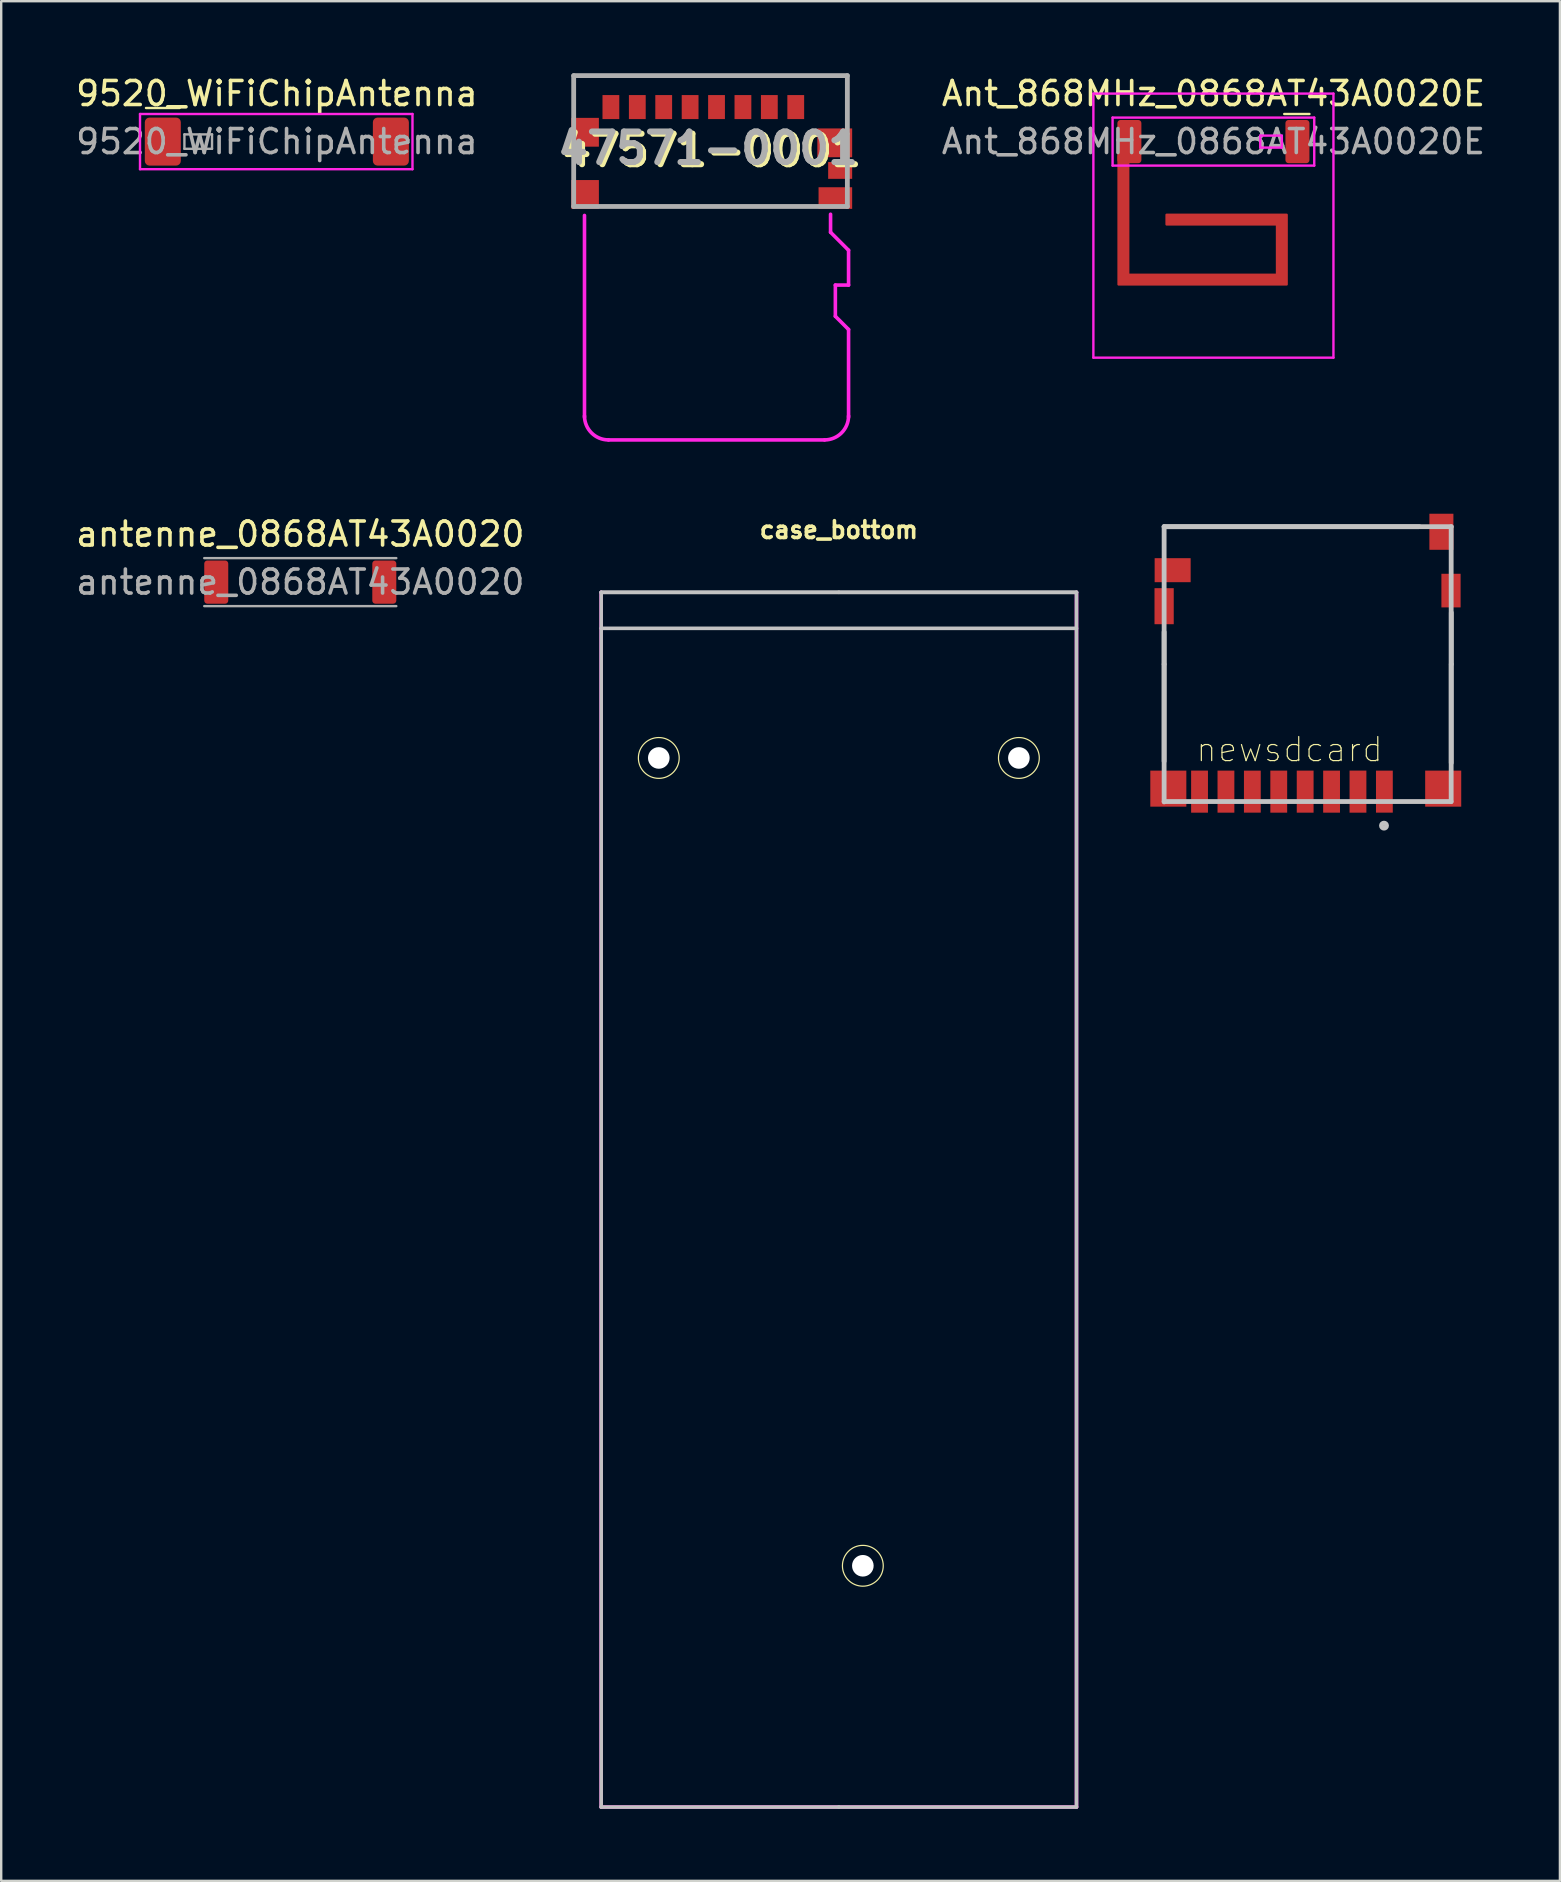
<source format=kicad_pcb>
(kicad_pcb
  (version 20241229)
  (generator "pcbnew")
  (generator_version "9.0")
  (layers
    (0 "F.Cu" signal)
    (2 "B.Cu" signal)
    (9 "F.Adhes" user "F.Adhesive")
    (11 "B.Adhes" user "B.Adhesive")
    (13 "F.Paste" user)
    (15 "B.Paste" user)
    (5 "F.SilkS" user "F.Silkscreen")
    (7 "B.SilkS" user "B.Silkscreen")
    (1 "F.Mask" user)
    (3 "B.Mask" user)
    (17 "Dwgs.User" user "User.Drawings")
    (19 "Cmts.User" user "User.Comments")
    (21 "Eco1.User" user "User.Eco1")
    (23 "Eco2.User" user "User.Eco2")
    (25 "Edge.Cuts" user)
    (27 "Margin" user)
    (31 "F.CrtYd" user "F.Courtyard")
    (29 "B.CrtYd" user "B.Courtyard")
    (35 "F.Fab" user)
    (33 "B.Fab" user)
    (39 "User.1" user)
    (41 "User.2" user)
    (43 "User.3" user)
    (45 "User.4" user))
  (footprint "47571-0001"
    (layer "F.Cu")
    (at 26.547 2.825)
    (property "Reference" "47571-0001" (at 0.03 0.39 0) (layer "F.SilkS") (effects (font (size 1.27 1.27) (thickness 0.254))))
    (attr smd)
    (fp_line (start -5.7 -2.725) (end -5.7 -1.525) (stroke (width 0.1) (type solid)) (layer "F.SilkS"))
    (fp_line (start -5.7 -2.725) (end 5.7 -2.725) (stroke (width 0.1) (type solid)) (layer "F.SilkS"))
    (fp_line (start 3.9 2.725) (end -4.1 2.725) (stroke (width 0.1) (type solid)) (layer "F.SilkS"))
    (fp_line (start 5.7 -2.725) (end 5.7 -1.125) (stroke (width 0.1) (type solid)) (layer "F.SilkS"))
    (fp_line (start -5.25 11.5) (end -5.25 3.1) (stroke (width 0.15) (type solid)) (layer "F.CrtYd"))
    (fp_line (start 4.75 12.45) (end -4.25 12.45) (stroke (width 0.15) (type solid)) (layer "F.CrtYd"))
    (fp_line (start 5 3.8) (end 5 3.05) (stroke (width 0.15) (type solid)) (layer "F.CrtYd"))
    (fp_line (start 5.2 6) (end 5.2 7.3) (stroke (width 0.15) (type solid)) (layer "F.CrtYd"))
    (fp_line (start 5.2 7.3) (end 5.75 7.85) (stroke (width 0.15) (type solid)) (layer "F.CrtYd"))
    (fp_line (start 5.75 4.55) (end 5 3.8) (stroke (width 0.15) (type solid)) (layer "F.CrtYd"))
    (fp_line (start 5.75 6) (end 5.2 6) (stroke (width 0.15) (type solid)) (layer "F.CrtYd"))
    (fp_line (start 5.75 6) (end 5.75 4.55) (stroke (width 0.15) (type solid)) (layer "F.CrtYd"))
    (fp_line (start 5.75 7.85) (end 5.75 11.5) (stroke (width 0.15) (type solid)) (layer "F.CrtYd"))
    (fp_arc (start -4.25 12.45) (mid -4.957107 12.157107) (end -5.25 11.45) (stroke (width 0.15) (type solid)) (layer "F.CrtYd"))
    (fp_arc (start 5.75 11.45) (mid 5.457107 12.157107) (end 4.75 12.45) (stroke (width 0.15) (type solid)) (layer "F.CrtYd"))
    (fp_line (start -5.7 -2.725) (end 5.7 -2.725) (stroke (width 0.2) (type solid)) (layer "F.Fab"))
    (fp_line (start -5.7 2.725) (end -5.7 -2.725) (stroke (width 0.2) (type solid)) (layer "F.Fab"))
    (fp_line (start 5.7 -2.725) (end 5.7 2.725) (stroke (width 0.2) (type solid)) (layer "F.Fab"))
    (fp_line (start 5.7 2.725) (end -5.7 2.725) (stroke (width 0.2) (type solid)) (layer "F.Fab"))
    (fp_text user "${REFERENCE}" (at -0.1 0.3 0) (layer "F.Fab") (effects (font (size 1.27 1.27) (thickness 0.254))))
    (pad "1" smd rect (at 3.55 -1.415) (size 0.7 1) (layers "F.Cu" "F.Mask" "F.Paste"))
    (pad "2" smd rect (at 2.45 -1.415) (size 0.7 1) (layers "F.Cu" "F.Mask" "F.Paste"))
    (pad "3" smd rect (at 1.35 -1.415) (size 0.7 1) (layers "F.Cu" "F.Mask" "F.Paste"))
    (pad "4" smd rect (at 0.25 -1.415) (size 0.7 1) (layers "F.Cu" "F.Mask" "F.Paste"))
    (pad "5" smd rect (at -0.85 -1.415) (size 0.7 1) (layers "F.Cu" "F.Mask" "F.Paste"))
    (pad "6" smd rect (at -1.95 -1.415) (size 0.7 1) (layers "F.Cu" "F.Mask" "F.Paste"))
    (pad "7" smd rect (at -3.05 -1.415) (size 0.7 1) (layers "F.Cu" "F.Mask" "F.Paste"))
    (pad "8" smd rect (at -4.15 -1.415) (size 0.7 1) (layers "F.Cu" "F.Mask" "F.Paste"))
    (pad "9" smd rect (at -5.225 -0.365) (size 1.15 1.2) (layers "F.Cu" "F.Mask" "F.Paste"))
    (pad "10" smd rect (at -5.225 2.225) (size 1.15 1.2) (layers "F.Cu" "F.Mask" "F.Paste"))
    (pad "11" smd rect (at 5.175 0.075 90) (size 1.2 1.45) (layers "F.Cu" "F.Mask" "F.Paste"))
    (pad "12" smd rect (at 5.4 1.225 90) (size 0.7 1) (layers "F.Cu" "F.Mask" "F.Paste"))
    (pad "13" smd rect (at 5.2 2.375 90) (size 0.9 1.4) (layers "F.Cu" "F.Mask" "F.Paste")))
  (footprint "newsdcard"
    (layer "F.Cu")
    (at 45.442 18.888)
    (property "Reference" "newsdcard" (at 5.225 9.284 0) (layer "F.SilkS") (effects (font (size 1.002 1.002) (thickness 0.05))))
    (attr smd)
    (fp_line (start 0 0) (end 10.631 0) (stroke (width 0.2) (type solid)) (layer "Dwgs.User"))
    (fp_line (start 0 0) (end 11.963 0) (stroke (width 0.2) (type solid)) (layer "Dwgs.User"))
    (fp_line (start 0 5.729) (end 0 4.388) (stroke (width 0.2) (type solid)) (layer "Dwgs.User"))
    (fp_line (start 0 5.735) (end 0 9.771) (stroke (width 0.2) (type solid)) (layer "Dwgs.User"))
    (fp_line (start 0 11.466) (end 0 0) (stroke (width 0.2) (type solid)) (layer "Dwgs.User"))
    (fp_line (start 11.951 11.451) (end 0 11.451) (stroke (width 0.2) (type solid)) (layer "Dwgs.User"))
    (fp_line (start 11.957 0) (end 11.957 11.457) (stroke (width 0.2) (type solid)) (layer "Dwgs.User"))
    (fp_line (start 11.96 5.73) (end 11.96 9.841) (stroke (width 0.2) (type solid)) (layer "Dwgs.User"))
    (fp_line (start 11.963 5.731) (end 11.963 3.583) (stroke (width 0.2) (type solid)) (layer "Dwgs.User"))
    (fp_circle (center 9.159 12.455) (end 9.265 12.455) (stroke (width 0.2) (type solid)) (fill no) (layer "Dwgs.User"))
    (pad "1" smd rect (at 9.175 11.038 90) (size 1.75 0.7) (layers "F.Cu" "F.Mask" "F.Paste"))
    (pad "2" smd rect (at 8.075 11.038 90) (size 1.753 0.701) (layers "F.Cu" "F.Mask" "F.Paste"))
    (pad "3" smd rect (at 6.975 11.038 90) (size 1.752 0.701) (layers "F.Cu" "F.Mask" "F.Paste"))
    (pad "4" smd rect (at 5.875 11.038 90) (size 1.752 0.701) (layers "F.Cu" "F.Mask" "F.Paste"))
    (pad "5" smd rect (at 4.775 11.038 90) (size 1.752 0.701) (layers "F.Cu" "F.Mask" "F.Paste"))
    (pad "6" smd rect (at 3.675 11.038 90) (size 1.75 0.7) (layers "F.Cu" "F.Mask" "F.Paste"))
    (pad "7" smd rect (at 2.575 11.038 90) (size 1.752 0.701) (layers "F.Cu" "F.Mask" "F.Paste"))
    (pad "8" smd rect (at 1.475 11.038 90) (size 1.753 0.701) (layers "F.Cu" "F.Mask" "F.Paste"))
    (pad "9" smd rect (at 0.355 1.813) (size 1.5 1) (layers "F.Cu" "F.Mask" "F.Paste"))
    (pad "10" smd rect (at 11.55 0.213 90) (size 1.502 1.001) (layers "F.Cu" "F.Mask" "F.Paste"))
    (pad "11" smd rect (at 0 3.313 90) (size 1.501 0.801) (layers "F.Cu" "F.Mask" "F.Paste"))
    (pad "11" smd rect (at 0.175 10.913) (size 1.501 1.501) (layers "F.Cu" "F.Mask" "F.Paste"))
    (pad "11" smd rect (at 11.625 10.913) (size 1.502 1.502) (layers "F.Cu" "F.Mask" "F.Paste"))
    (pad "11" smd rect (at 11.95 2.663 90) (size 1.401 0.8) (layers "F.Cu" "F.Mask" "F.Paste")))
  (footprint "antenne_0868AT43A0020"
    (layer "F.Cu")
    (at 9.458 21.198)
    (property "Reference" "antenne_0868AT43A0020" (at 0 -2 0) (layer "F.SilkS") (effects (font (size 1 1) (thickness 0.15))))
    (attr smd)
    (fp_line (start -4 -1) (end 4 -1) (stroke (width 0.1) (type solid)) (layer "F.Fab"))
    (fp_line (start 4 1) (end -4 1) (stroke (width 0.1) (type solid)) (layer "F.Fab"))
    (fp_text user "${REFERENCE}" (at 0 0 0) (layer "F.Fab") (effects (font (size 1 1) (thickness 0.15))))
    (pad "1" smd roundrect (at -3.5 0) (size 1 1.8) (layers "F.Cu" "F.Mask" "F.Paste") (roundrect_rratio 0.13))
    (pad "2" smd roundrect (at 3.5 0) (size 1 1.8) (layers "F.Cu" "F.Mask" "F.Paste") (roundrect_rratio 0.13)))
  (footprint "Ant_868MHz_0868AT43A0020E"
    (layer "F.Cu")
    (at 47.495 2.848)
    (property "Reference" "Ant_868MHz_0868AT43A0020E" (at 0 -2 0) (layer "F.SilkS") (effects (font (size 1 1) (thickness 0.15))))
    (attr smd)
    (fp_poly (pts (xy -3.95 0.6) (xy -3.95 5.95) (xy 3.05 5.95) (xy 3.05 3.05) (xy -1.95 3.05) (xy -1.95 3.45) (xy 2.65 3.45) (xy 2.65 5.55) (xy -3.55 5.55) (xy -3.55 0.6)) (stroke (width 0.1) (type solid)) (fill yes) (layer "F.Cu"))
    (fp_line (start 4 -1.15) (end 2.95 -1.15) (stroke (width 0.1) (type solid)) (layer "F.SilkS"))
    (fp_line (start -5 -2) (end -5 9) (stroke (width 0.1) (type solid)) (layer "F.CrtYd"))
    (fp_line (start -5 9) (end 5 9) (stroke (width 0.1) (type solid)) (layer "F.CrtYd"))
    (fp_line (start -4.2 -1) (end 4.2 -1) (stroke (width 0.1) (type solid)) (layer "F.CrtYd"))
    (fp_line (start -4.2 1) (end -4.2 -1) (stroke (width 0.1) (type solid)) (layer "F.CrtYd"))
    (fp_line (start 1.95 -0.25) (end 1.95 0.25) (stroke (width 0.1) (type solid)) (layer "F.CrtYd"))
    (fp_line (start 1.95 0.25) (end 2.85 0.25) (stroke (width 0.1) (type solid)) (layer "F.CrtYd"))
    (fp_line (start 2.85 -0.25) (end 1.95 -0.25) (stroke (width 0.1) (type solid)) (layer "F.CrtYd"))
    (fp_line (start 2.85 0.25) (end 2.85 -0.25) (stroke (width 0.1) (type solid)) (layer "F.CrtYd"))
    (fp_line (start 4.2 1) (end -4.2 1) (stroke (width 0.1) (type solid)) (layer "F.CrtYd"))
    (fp_line (start 4.2 1) (end 4.2 -1) (stroke (width 0.1) (type solid)) (layer "F.CrtYd"))
    (fp_line (start 5 -2) (end -5 -2) (stroke (width 0.1) (type solid)) (layer "F.CrtYd"))
    (fp_line (start 5 9) (end 5 -2) (stroke (width 0.1) (type solid)) (layer "F.CrtYd"))
    (fp_text user "${REFERENCE}" (at 0 0 0) (layer "F.Fab") (effects (font (size 1 1) (thickness 0.15))))
    (pad "1" smd roundrect (at 3.5 0) (size 1 1.8) (layers "F.Cu" "F.Mask" "F.Paste") (roundrect_rratio 0.13))
    (pad "2" smd roundrect (at -3.5 0) (size 1 1.8) (layers "F.Cu" "F.Mask" "F.Paste") (roundrect_rratio 0.13)))
  (footprint "case_bottom"
    (layer "F.Cu")
    (at 31.892 21.623)
    (property "Reference" "case_bottom" (at 0 -2.6 180) (layer "F.SilkS") (effects (font (size 0.7 0.7) (thickness 0.15))))
    (attr through_hole)
    (fp_circle (center -7.5 6.9) (end -6.65 6.9) (stroke (width 0.05) (type solid)) (fill no) (layer "F.SilkS"))
    (fp_circle (center 1 40.55) (end 1.85 40.55) (stroke (width 0.05) (type solid)) (fill no) (layer "F.SilkS"))
    (fp_circle (center 7.5 6.9) (end 8.35 6.9) (stroke (width 0.05) (type solid)) (fill no) (layer "F.SilkS"))
    (fp_line (start -9.9 0) (end -9.9 50.6) (stroke (width 0.15) (type solid)) (layer "Dwgs.User"))
    (fp_line (start -9.9 1.5) (end 9.9 1.5) (stroke (width 0.15) (type solid)) (layer "Dwgs.User"))
    (fp_line (start -9.9 50.6) (end 0 50.6) (stroke (width 0.15) (type solid)) (layer "Dwgs.User"))
    (fp_line (start 0 0) (end -9.9 0) (stroke (width 0.15) (type solid)) (layer "Dwgs.User"))
    (fp_line (start 0 0) (end 9.9 0) (stroke (width 0.15) (type solid)) (layer "Dwgs.User"))
    (fp_line (start 0 50.6) (end 9.9 50.6) (stroke (width 0.15) (type solid)) (layer "Dwgs.User"))
    (fp_line (start 9.9 0) (end -9.9 0) (stroke (width 0.15) (type solid)) (layer "Dwgs.User"))
    (fp_line (start 9.9 0) (end 9.9 50.6) (stroke (width 0.15) (type solid)) (layer "Dwgs.User"))
    (fp_line (start -9.9 0) (end -9.9 50.6) (stroke (width 0.15) (type solid)) (layer "F.CrtYd"))
    (fp_line (start -9.9 50.6) (end 9.9 50.6) (stroke (width 0.15) (type solid)) (layer "F.CrtYd"))
    (fp_line (start 9.9 50.6) (end 9.9 0) (stroke (width 0.15) (type solid)) (layer "F.CrtYd"))
    (pad "" np_thru_hole circle (at -7.5 6.9) (size 0.9 0.9) (drill 0.9) (layers "*.Cu" "*.Mask"))
    (pad "" np_thru_hole circle (at 1 40.55) (size 0.9 0.9) (drill 0.9) (layers "*.Cu" "*.Mask"))
    (pad "" np_thru_hole circle (at 7.5 6.9) (size 0.9 0.9) (drill 0.9) (layers "*.Cu" "*.Mask")))
  (footprint "9520_WiFiChipAntenna"
    (layer "F.Cu")
    (at 8.482 2.848)
    (property "Reference" "9520_WiFiChipAntenna" (at 0 -2 0) (layer "F.SilkS") (effects (font (size 1 1) (thickness 0.15))))
    (attr smd)
    (fp_line (start -5.45 -1.4) (end -4.05 -1.4) (stroke (width 0.1) (type solid)) (layer "F.SilkS"))
    (fp_line (start -5.7 -1.15) (end -5.7 1.15) (stroke (width 0.1) (type solid)) (layer "F.CrtYd"))
    (fp_line (start -5.7 -1.15) (end 5.65 -1.15) (stroke (width 0.1) (type solid)) (layer "F.CrtYd"))
    (fp_line (start 5.65 -1.15) (end 5.65 1.15) (stroke (width 0.1) (type solid)) (layer "F.CrtYd"))
    (fp_line (start 5.65 1.15) (end -5.7 1.15) (stroke (width 0.1) (type solid)) (layer "F.CrtYd"))
    (fp_line (start -3.85 -0.3) (end -3.85 0.3) (stroke (width 0.1) (type solid)) (layer "F.Fab"))
    (fp_line (start -3.85 0.3) (end -2.7 0.3) (stroke (width 0.1) (type solid)) (layer "F.Fab"))
    (fp_line (start -2.7 0.3) (end -2.7 -0.3) (stroke (width 0.1) (type solid)) (layer "F.Fab"))
    (fp_line (start -2.7 -0.3) (end -3.85 -0.3) (stroke (width 0.1) (type solid)) (layer "F.Fab"))
    (fp_text user "${REFERENCE}" (at 0 0 0) (layer "F.Fab") (effects (font (size 1 1) (thickness 0.15))))
    (pad "1" smd roundrect (at -4.75 0) (size 1.5 2) (layers "F.Cu" "F.Mask" "F.Paste") (roundrect_rratio 0.13))
    (pad "2" smd roundrect (at 4.75 0) (size 1.5 2) (layers "F.Cu" "F.Mask" "F.Paste") (roundrect_rratio 0.13)))
  (gr_rect
    (start -3 -3)
    (end 61.929 75.298)
    (stroke (width 0.1) (type default))
    (fill no)
    (layer "Edge.Cuts")))
</source>
